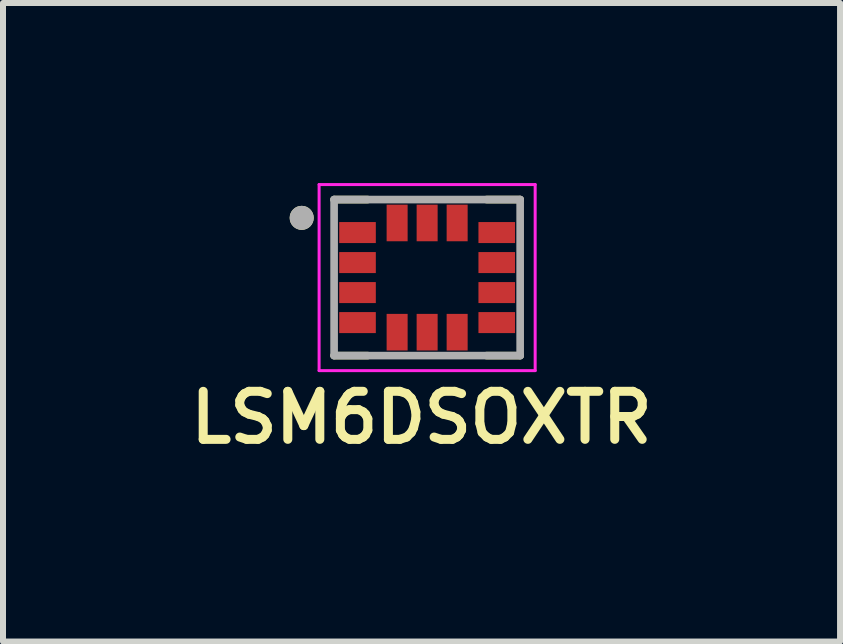
<source format=kicad_pcb>
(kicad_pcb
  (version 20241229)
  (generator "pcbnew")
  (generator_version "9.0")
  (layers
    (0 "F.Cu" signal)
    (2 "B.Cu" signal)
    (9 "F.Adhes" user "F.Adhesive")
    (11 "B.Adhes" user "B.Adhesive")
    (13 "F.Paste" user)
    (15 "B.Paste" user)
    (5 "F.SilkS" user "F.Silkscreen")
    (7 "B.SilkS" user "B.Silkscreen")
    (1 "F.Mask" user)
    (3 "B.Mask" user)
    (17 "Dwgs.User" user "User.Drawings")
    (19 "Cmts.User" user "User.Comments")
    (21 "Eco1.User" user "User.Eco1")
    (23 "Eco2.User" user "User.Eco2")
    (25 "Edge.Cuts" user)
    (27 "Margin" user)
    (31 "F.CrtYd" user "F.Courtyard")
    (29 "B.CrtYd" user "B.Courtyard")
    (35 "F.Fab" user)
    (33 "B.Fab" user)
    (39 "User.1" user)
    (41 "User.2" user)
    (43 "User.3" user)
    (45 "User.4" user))
  (footprint "LSM6DSOXTR"
    (layer "F.Cu")
    (at 4.067 1.575)
    (property "Reference" "LSM6DSOXTR" (at -0.093 2.333 0) (layer "F.SilkS") (effects (font (size 0.8 0.8) (thickness 0.15))))
    (attr smd)
    (fp_poly (pts (xy -1.515 -0.975) (xy -0.805 -0.975) (xy -0.805 -0.525) (xy -1.515 -0.525)) (stroke (width 0.01) (type solid)) (fill yes) (layer "F.Mask"))
    (fp_poly (pts (xy -1.515 -0.475) (xy -0.805 -0.475) (xy -0.805 -0.025) (xy -1.515 -0.025)) (stroke (width 0.01) (type solid)) (fill yes) (layer "F.Mask"))
    (fp_poly (pts (xy -1.515 0.025) (xy -0.805 0.025) (xy -0.805 0.475) (xy -1.515 0.475)) (stroke (width 0.01) (type solid)) (fill yes) (layer "F.Mask"))
    (fp_poly (pts (xy -1.515 0.525) (xy -0.805 0.525) (xy -0.805 0.975) (xy -1.515 0.975)) (stroke (width 0.01) (type solid)) (fill yes) (layer "F.Mask"))
    (fp_poly (pts (xy -0.855 -1.14) (xy -0.145 -1.14) (xy -0.145 -0.69) (xy -0.855 -0.69)) (stroke (width 0.01) (type solid)) (fill yes) (layer "F.Mask"))
    (fp_poly (pts (xy -0.855 0.69) (xy -0.145 0.69) (xy -0.145 1.14) (xy -0.855 1.14)) (stroke (width 0.01) (type solid)) (fill yes) (layer "F.Mask"))
    (fp_poly (pts (xy -0.355 -1.14) (xy 0.355 -1.14) (xy 0.355 -0.69) (xy -0.355 -0.69)) (stroke (width 0.01) (type solid)) (fill yes) (layer "F.Mask"))
    (fp_poly (pts (xy -0.355 0.69) (xy 0.355 0.69) (xy 0.355 1.14) (xy -0.355 1.14)) (stroke (width 0.01) (type solid)) (fill yes) (layer "F.Mask"))
    (fp_poly (pts (xy 0.145 -1.14) (xy 0.855 -1.14) (xy 0.855 -0.69) (xy 0.145 -0.69)) (stroke (width 0.01) (type solid)) (fill yes) (layer "F.Mask"))
    (fp_poly (pts (xy 0.145 0.69) (xy 0.855 0.69) (xy 0.855 1.14) (xy 0.145 1.14)) (stroke (width 0.01) (type solid)) (fill yes) (layer "F.Mask"))
    (fp_poly (pts (xy 0.805 -0.975) (xy 1.515 -0.975) (xy 1.515 -0.525) (xy 0.805 -0.525)) (stroke (width 0.01) (type solid)) (fill yes) (layer "F.Mask"))
    (fp_poly (pts (xy 0.805 -0.475) (xy 1.515 -0.475) (xy 1.515 -0.025) (xy 0.805 -0.025)) (stroke (width 0.01) (type solid)) (fill yes) (layer "F.Mask"))
    (fp_poly (pts (xy 0.805 0.025) (xy 1.515 0.025) (xy 1.515 0.475) (xy 0.805 0.475)) (stroke (width 0.01) (type solid)) (fill yes) (layer "F.Mask"))
    (fp_poly (pts (xy 0.805 0.525) (xy 1.515 0.525) (xy 1.515 0.975) (xy 0.805 0.975)) (stroke (width 0.01) (type solid)) (fill yes) (layer "F.Mask"))
    (fp_line (start -1.55 1.3) (end -0.99 1.3) (stroke (width 0.127) (type solid)) (layer "F.SilkS"))
    (fp_line (start -0.99 -1.3) (end -1.55 -1.3) (stroke (width 0.127) (type solid)) (layer "F.SilkS"))
    (fp_line (start 0.99 -1.3) (end 1.55 -1.3) (stroke (width 0.127) (type solid)) (layer "F.SilkS"))
    (fp_line (start 0.99 1.3) (end 1.55 1.3) (stroke (width 0.127) (type solid)) (layer "F.SilkS"))
    (fp_circle (center -2.09 -0.995) (end -1.99 -0.995) (stroke (width 0.2) (type solid)) (fill no) (layer "F.SilkS"))
    (fp_line (start -1.8 -1.55) (end 1.8 -1.55) (stroke (width 0.05) (type solid)) (layer "F.CrtYd"))
    (fp_line (start -1.8 1.55) (end -1.8 -1.55) (stroke (width 0.05) (type solid)) (layer "F.CrtYd"))
    (fp_line (start 1.8 -1.55) (end 1.8 1.55) (stroke (width 0.05) (type solid)) (layer "F.CrtYd"))
    (fp_line (start 1.8 1.55) (end -1.8 1.55) (stroke (width 0.05) (type solid)) (layer "F.CrtYd"))
    (fp_line (start -1.55 -1.3) (end 1.55 -1.3) (stroke (width 0.127) (type solid)) (layer "F.Fab"))
    (fp_line (start -1.55 1.3) (end -1.55 -1.3) (stroke (width 0.127) (type solid)) (layer "F.Fab"))
    (fp_line (start 1.55 -1.3) (end 1.55 1.3) (stroke (width 0.127) (type solid)) (layer "F.Fab"))
    (fp_line (start 1.55 1.3) (end -1.55 1.3) (stroke (width 0.127) (type solid)) (layer "F.Fab"))
    (fp_circle (center -2.09 -0.995) (end -1.99 -0.995) (stroke (width 0.2) (type solid)) (fill no) (layer "F.Fab"))
    (pad "1" smd rect (at -1.16 -0.75) (size 0.61 0.35) (layers "F.Cu" "F.Paste"))
    (pad "2" smd rect (at -1.16 -0.25) (size 0.61 0.35) (layers "F.Cu" "F.Paste"))
    (pad "3" smd rect (at -1.16 0.25) (size 0.61 0.35) (layers "F.Cu" "F.Paste"))
    (pad "4" smd rect (at -1.16 0.75) (size 0.61 0.35) (layers "F.Cu" "F.Paste"))
    (pad "5" smd rect (at -0.5 0.91 90) (size 0.61 0.35) (layers "F.Cu" "F.Paste"))
    (pad "6" smd rect (at 0 0.91 90) (size 0.61 0.35) (layers "F.Cu" "F.Paste"))
    (pad "7" smd rect (at 0.5 0.91 90) (size 0.61 0.35) (layers "F.Cu" "F.Paste"))
    (pad "8" smd rect (at 1.16 0.75 180) (size 0.61 0.35) (layers "F.Cu" "F.Paste"))
    (pad "9" smd rect (at 1.16 0.25 180) (size 0.61 0.35) (layers "F.Cu" "F.Paste"))
    (pad "10" smd rect (at 1.16 -0.25 180) (size 0.61 0.35) (layers "F.Cu" "F.Paste"))
    (pad "11" smd rect (at 1.16 -0.75 180) (size 0.61 0.35) (layers "F.Cu" "F.Paste"))
    (pad "12" smd rect (at 0.5 -0.91 270) (size 0.61 0.35) (layers "F.Cu" "F.Paste"))
    (pad "13" smd rect (at 0 -0.91 270) (size 0.61 0.35) (layers "F.Cu" "F.Paste"))
    (pad "14" smd rect (at -0.5 -0.91 270) (size 0.61 0.35) (layers "F.Cu" "F.Paste")))
  (gr_rect
    (start -3 -3)
    (end 10.947 7.639)
    (stroke (width 0.1) (type default))
    (fill no)
    (layer "Edge.Cuts")))
</source>
